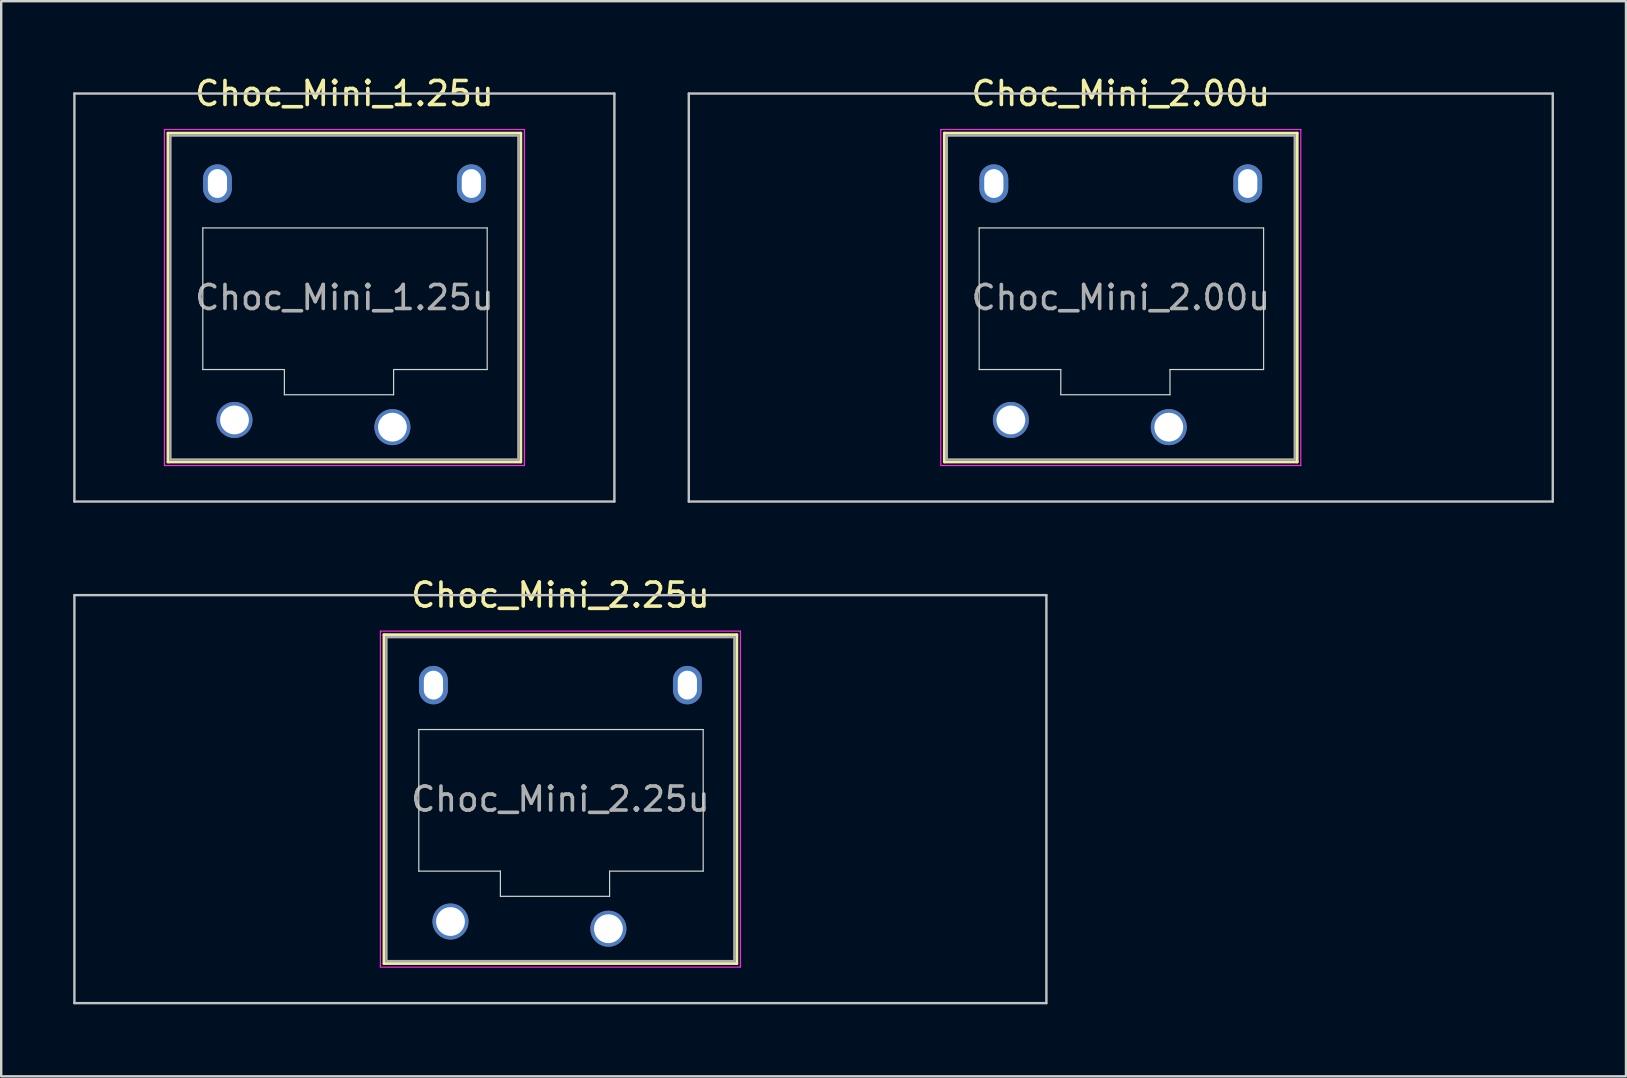
<source format=kicad_pcb>
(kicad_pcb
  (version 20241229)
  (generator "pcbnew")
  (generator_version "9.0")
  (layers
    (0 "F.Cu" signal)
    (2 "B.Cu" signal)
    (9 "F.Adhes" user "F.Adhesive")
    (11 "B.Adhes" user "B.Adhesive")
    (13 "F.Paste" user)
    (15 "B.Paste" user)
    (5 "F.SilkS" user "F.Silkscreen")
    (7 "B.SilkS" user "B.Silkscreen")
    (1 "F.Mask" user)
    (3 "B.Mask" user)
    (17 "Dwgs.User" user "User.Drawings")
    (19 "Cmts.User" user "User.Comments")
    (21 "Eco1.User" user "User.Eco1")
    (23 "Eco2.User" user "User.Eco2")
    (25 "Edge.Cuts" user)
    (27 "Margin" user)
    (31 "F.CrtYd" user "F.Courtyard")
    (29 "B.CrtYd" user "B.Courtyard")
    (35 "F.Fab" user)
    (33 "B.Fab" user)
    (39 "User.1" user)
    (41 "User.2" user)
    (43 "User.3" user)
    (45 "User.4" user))
  (footprint "Choc_Mini_1.25u"
    (layer "F.Cu")
    (at 11.3 9.348)
    (property "Reference" "Choc_Mini_1.25u" (at 0 -8.5 0) (layer "F.SilkS") (effects (font (size 1 1) (thickness 0.15))))
    (attr through_hole)
    (fp_line (start -7.35 -6.85) (end -7.35 6.85) (stroke (width 0.12) (type solid)) (layer "F.SilkS"))
    (fp_line (start -7.35 6.85) (end 7.35 6.85) (stroke (width 0.12) (type solid)) (layer "F.SilkS"))
    (fp_line (start 7.35 -6.85) (end -7.35 -6.85) (stroke (width 0.12) (type solid)) (layer "F.SilkS"))
    (fp_line (start 7.35 6.85) (end 7.35 -6.85) (stroke (width 0.12) (type solid)) (layer "F.SilkS"))
    (fp_line (start -11.25 -8.5) (end -11.25 8.5) (stroke (width 0.1) (type solid)) (layer "Dwgs.User"))
    (fp_line (start -11.25 8.5) (end 11.25 8.5) (stroke (width 0.1) (type solid)) (layer "Dwgs.User"))
    (fp_line (start 11.25 -8.5) (end -11.25 -8.5) (stroke (width 0.1) (type solid)) (layer "Dwgs.User"))
    (fp_line (start 11.25 8.5) (end 11.25 -8.5) (stroke (width 0.1) (type solid)) (layer "Dwgs.User"))
    (fp_line (start -6.85 -6.35) (end -6.85 6.35) (stroke (width 0.1) (type solid)) (layer "Eco1.User"))
    (fp_line (start -6.85 6.35) (end 6.85 6.35) (stroke (width 0.1) (type solid)) (layer "Eco1.User"))
    (fp_line (start 6.85 -6.35) (end -6.85 -6.35) (stroke (width 0.1) (type solid)) (layer "Eco1.User"))
    (fp_line (start 6.85 6.35) (end 6.85 -6.35) (stroke (width 0.1) (type solid)) (layer "Eco1.User"))
    (fp_line (start -5.9 -2.9) (end -5.9 3) (stroke (width 0.05) (type solid)) (layer "Edge.Cuts"))
    (fp_line (start -5.9 3) (end -2.5 3) (stroke (width 0.05) (type solid)) (layer "Edge.Cuts"))
    (fp_line (start -2.5 3) (end -2.5 4.05) (stroke (width 0.05) (type solid)) (layer "Edge.Cuts"))
    (fp_line (start -2.5 4.05) (end 2.05 4.05) (stroke (width 0.05) (type solid)) (layer "Edge.Cuts"))
    (fp_line (start 2.05 3) (end 5.95 3) (stroke (width 0.05) (type solid)) (layer "Edge.Cuts"))
    (fp_line (start 2.05 4.05) (end 2.05 3) (stroke (width 0.05) (type solid)) (layer "Edge.Cuts"))
    (fp_line (start 5.95 -2.9) (end -5.9 -2.9) (stroke (width 0.05) (type solid)) (layer "Edge.Cuts"))
    (fp_line (start 5.95 3) (end 5.95 -2.9) (stroke (width 0.05) (type solid)) (layer "Edge.Cuts"))
    (fp_line (start -7.5 -7) (end -7.5 7) (stroke (width 0.05) (type solid)) (layer "F.CrtYd"))
    (fp_line (start -7.5 7) (end 7.5 7) (stroke (width 0.05) (type solid)) (layer "F.CrtYd"))
    (fp_line (start 7.5 -7) (end -7.5 -7) (stroke (width 0.05) (type solid)) (layer "F.CrtYd"))
    (fp_line (start 7.5 7) (end 7.5 -7) (stroke (width 0.05) (type solid)) (layer "F.CrtYd"))
    (fp_line (start -7.25 -6.75) (end -7.25 6.75) (stroke (width 0.1) (type solid)) (layer "F.Fab"))
    (fp_line (start -7.25 6.75) (end 7.25 6.75) (stroke (width 0.1) (type solid)) (layer "F.Fab"))
    (fp_line (start 7.25 -6.75) (end -7.25 -6.75) (stroke (width 0.1) (type solid)) (layer "F.Fab"))
    (fp_line (start 7.25 6.75) (end 7.25 -6.75) (stroke (width 0.1) (type solid)) (layer "F.Fab"))
    (fp_text user "${REFERENCE}" (at 0 0 0) (layer "F.Fab") (effects (font (size 1 1) (thickness 0.15))))
    (pad "" np_thru_hole oval (at -5.29 -4.75) (size 1.2 1.6) (drill oval 0.8 1.2) (layers "*.Cu" "*.Mask"))
    (pad "" np_thru_hole oval (at 5.29 -4.75) (size 1.2 1.6) (drill oval 0.8 1.2) (layers "*.Cu" "*.Mask"))
    (pad "1" thru_hole circle (at 2 5.4) (size 1.5 1.5) (drill 1.2) (layers "*.Cu" "*.Mask"))
    (pad "2" thru_hole circle (at -4.58 5.1) (size 1.5 1.5) (drill 1.2) (layers "*.Cu" "*.Mask")))
  (footprint "Choc_Mini_2.00u"
    (layer "F.Cu")
    (at 43.65 9.348)
    (property "Reference" "Choc_Mini_2.00u" (at 0 -8.5 0) (layer "F.SilkS") (effects (font (size 1 1) (thickness 0.15))))
    (attr through_hole)
    (fp_line (start -7.35 -6.85) (end -7.35 6.85) (stroke (width 0.12) (type solid)) (layer "F.SilkS"))
    (fp_line (start -7.35 6.85) (end 7.35 6.85) (stroke (width 0.12) (type solid)) (layer "F.SilkS"))
    (fp_line (start 7.35 -6.85) (end -7.35 -6.85) (stroke (width 0.12) (type solid)) (layer "F.SilkS"))
    (fp_line (start 7.35 6.85) (end 7.35 -6.85) (stroke (width 0.12) (type solid)) (layer "F.SilkS"))
    (fp_line (start -18 -8.5) (end -18 8.5) (stroke (width 0.1) (type solid)) (layer "Dwgs.User"))
    (fp_line (start -18 8.5) (end 18 8.5) (stroke (width 0.1) (type solid)) (layer "Dwgs.User"))
    (fp_line (start 18 -8.5) (end -18 -8.5) (stroke (width 0.1) (type solid)) (layer "Dwgs.User"))
    (fp_line (start 18 8.5) (end 18 -8.5) (stroke (width 0.1) (type solid)) (layer "Dwgs.User"))
    (fp_line (start -6.85 -6.35) (end -6.85 6.35) (stroke (width 0.1) (type solid)) (layer "Eco1.User"))
    (fp_line (start -6.85 6.35) (end 6.85 6.35) (stroke (width 0.1) (type solid)) (layer "Eco1.User"))
    (fp_line (start 6.85 -6.35) (end -6.85 -6.35) (stroke (width 0.1) (type solid)) (layer "Eco1.User"))
    (fp_line (start 6.85 6.35) (end 6.85 -6.35) (stroke (width 0.1) (type solid)) (layer "Eco1.User"))
    (fp_line (start -5.9 -2.9) (end -5.9 3) (stroke (width 0.05) (type solid)) (layer "Edge.Cuts"))
    (fp_line (start -5.9 3) (end -2.5 3) (stroke (width 0.05) (type solid)) (layer "Edge.Cuts"))
    (fp_line (start -2.5 3) (end -2.5 4.05) (stroke (width 0.05) (type solid)) (layer "Edge.Cuts"))
    (fp_line (start -2.5 4.05) (end 2.05 4.05) (stroke (width 0.05) (type solid)) (layer "Edge.Cuts"))
    (fp_line (start 2.05 3) (end 5.95 3) (stroke (width 0.05) (type solid)) (layer "Edge.Cuts"))
    (fp_line (start 2.05 4.05) (end 2.05 3) (stroke (width 0.05) (type solid)) (layer "Edge.Cuts"))
    (fp_line (start 5.95 -2.9) (end -5.9 -2.9) (stroke (width 0.05) (type solid)) (layer "Edge.Cuts"))
    (fp_line (start 5.95 3) (end 5.95 -2.9) (stroke (width 0.05) (type solid)) (layer "Edge.Cuts"))
    (fp_line (start -7.5 -7) (end -7.5 7) (stroke (width 0.05) (type solid)) (layer "F.CrtYd"))
    (fp_line (start -7.5 7) (end 7.5 7) (stroke (width 0.05) (type solid)) (layer "F.CrtYd"))
    (fp_line (start 7.5 -7) (end -7.5 -7) (stroke (width 0.05) (type solid)) (layer "F.CrtYd"))
    (fp_line (start 7.5 7) (end 7.5 -7) (stroke (width 0.05) (type solid)) (layer "F.CrtYd"))
    (fp_line (start -7.25 -6.75) (end -7.25 6.75) (stroke (width 0.1) (type solid)) (layer "F.Fab"))
    (fp_line (start -7.25 6.75) (end 7.25 6.75) (stroke (width 0.1) (type solid)) (layer "F.Fab"))
    (fp_line (start 7.25 -6.75) (end -7.25 -6.75) (stroke (width 0.1) (type solid)) (layer "F.Fab"))
    (fp_line (start 7.25 6.75) (end 7.25 -6.75) (stroke (width 0.1) (type solid)) (layer "F.Fab"))
    (fp_text user "${REFERENCE}" (at 0 0 0) (layer "F.Fab") (effects (font (size 1 1) (thickness 0.15))))
    (pad "" np_thru_hole oval (at -5.29 -4.75) (size 1.2 1.6) (drill oval 0.8 1.2) (layers "*.Cu" "*.Mask"))
    (pad "" np_thru_hole oval (at 5.29 -4.75) (size 1.2 1.6) (drill oval 0.8 1.2) (layers "*.Cu" "*.Mask"))
    (pad "1" thru_hole circle (at 2 5.4) (size 1.5 1.5) (drill 1.2) (layers "*.Cu" "*.Mask"))
    (pad "2" thru_hole circle (at -4.58 5.1) (size 1.5 1.5) (drill 1.2) (layers "*.Cu" "*.Mask")))
  (footprint "Choc_Mini_2.25u"
    (layer "F.Cu")
    (at 20.3 30.247)
    (property "Reference" "Choc_Mini_2.25u" (at 0 -8.5 0) (layer "F.SilkS") (effects (font (size 1 1) (thickness 0.15))))
    (attr through_hole)
    (fp_line (start -7.35 -6.85) (end -7.35 6.85) (stroke (width 0.12) (type solid)) (layer "F.SilkS"))
    (fp_line (start -7.35 6.85) (end 7.35 6.85) (stroke (width 0.12) (type solid)) (layer "F.SilkS"))
    (fp_line (start 7.35 -6.85) (end -7.35 -6.85) (stroke (width 0.12) (type solid)) (layer "F.SilkS"))
    (fp_line (start 7.35 6.85) (end 7.35 -6.85) (stroke (width 0.12) (type solid)) (layer "F.SilkS"))
    (fp_line (start -20.25 -8.5) (end -20.25 8.5) (stroke (width 0.1) (type solid)) (layer "Dwgs.User"))
    (fp_line (start -20.25 8.5) (end 20.25 8.5) (stroke (width 0.1) (type solid)) (layer "Dwgs.User"))
    (fp_line (start 20.25 -8.5) (end -20.25 -8.5) (stroke (width 0.1) (type solid)) (layer "Dwgs.User"))
    (fp_line (start 20.25 8.5) (end 20.25 -8.5) (stroke (width 0.1) (type solid)) (layer "Dwgs.User"))
    (fp_line (start -6.85 -6.35) (end -6.85 6.35) (stroke (width 0.1) (type solid)) (layer "Eco1.User"))
    (fp_line (start -6.85 6.35) (end 6.85 6.35) (stroke (width 0.1) (type solid)) (layer "Eco1.User"))
    (fp_line (start 6.85 -6.35) (end -6.85 -6.35) (stroke (width 0.1) (type solid)) (layer "Eco1.User"))
    (fp_line (start 6.85 6.35) (end 6.85 -6.35) (stroke (width 0.1) (type solid)) (layer "Eco1.User"))
    (fp_line (start -5.9 -2.9) (end -5.9 3) (stroke (width 0.05) (type solid)) (layer "Edge.Cuts"))
    (fp_line (start -5.9 3) (end -2.5 3) (stroke (width 0.05) (type solid)) (layer "Edge.Cuts"))
    (fp_line (start -2.5 3) (end -2.5 4.05) (stroke (width 0.05) (type solid)) (layer "Edge.Cuts"))
    (fp_line (start -2.5 4.05) (end 2.05 4.05) (stroke (width 0.05) (type solid)) (layer "Edge.Cuts"))
    (fp_line (start 2.05 3) (end 5.95 3) (stroke (width 0.05) (type solid)) (layer "Edge.Cuts"))
    (fp_line (start 2.05 4.05) (end 2.05 3) (stroke (width 0.05) (type solid)) (layer "Edge.Cuts"))
    (fp_line (start 5.95 -2.9) (end -5.9 -2.9) (stroke (width 0.05) (type solid)) (layer "Edge.Cuts"))
    (fp_line (start 5.95 3) (end 5.95 -2.9) (stroke (width 0.05) (type solid)) (layer "Edge.Cuts"))
    (fp_line (start -7.5 -7) (end -7.5 7) (stroke (width 0.05) (type solid)) (layer "F.CrtYd"))
    (fp_line (start -7.5 7) (end 7.5 7) (stroke (width 0.05) (type solid)) (layer "F.CrtYd"))
    (fp_line (start 7.5 -7) (end -7.5 -7) (stroke (width 0.05) (type solid)) (layer "F.CrtYd"))
    (fp_line (start 7.5 7) (end 7.5 -7) (stroke (width 0.05) (type solid)) (layer "F.CrtYd"))
    (fp_line (start -7.25 -6.75) (end -7.25 6.75) (stroke (width 0.1) (type solid)) (layer "F.Fab"))
    (fp_line (start -7.25 6.75) (end 7.25 6.75) (stroke (width 0.1) (type solid)) (layer "F.Fab"))
    (fp_line (start 7.25 -6.75) (end -7.25 -6.75) (stroke (width 0.1) (type solid)) (layer "F.Fab"))
    (fp_line (start 7.25 6.75) (end 7.25 -6.75) (stroke (width 0.1) (type solid)) (layer "F.Fab"))
    (fp_text user "${REFERENCE}" (at 0 0 0) (layer "F.Fab") (effects (font (size 1 1) (thickness 0.15))))
    (pad "" np_thru_hole oval (at -5.29 -4.75) (size 1.2 1.6) (drill oval 0.8 1.2) (layers "*.Cu" "*.Mask"))
    (pad "" np_thru_hole oval (at 5.29 -4.75) (size 1.2 1.6) (drill oval 0.8 1.2) (layers "*.Cu" "*.Mask"))
    (pad "1" thru_hole circle (at 2 5.4) (size 1.5 1.5) (drill 1.2) (layers "*.Cu" "*.Mask"))
    (pad "2" thru_hole circle (at -4.58 5.1) (size 1.5 1.5) (drill 1.2) (layers "*.Cu" "*.Mask")))
  (gr_rect
    (start -3 -3)
    (end 64.7 41.797)
    (stroke (width 0.1) (type default))
    (fill no)
    (layer "Edge.Cuts")))
</source>
